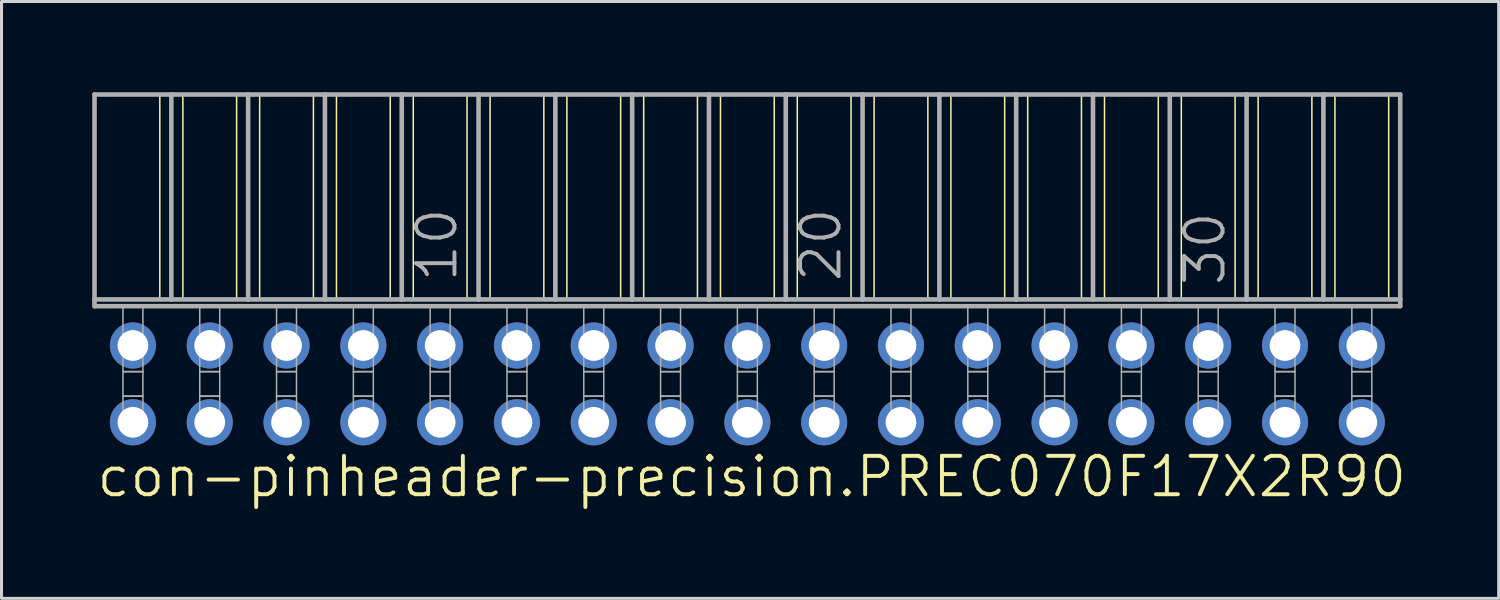
<source format=kicad_pcb>
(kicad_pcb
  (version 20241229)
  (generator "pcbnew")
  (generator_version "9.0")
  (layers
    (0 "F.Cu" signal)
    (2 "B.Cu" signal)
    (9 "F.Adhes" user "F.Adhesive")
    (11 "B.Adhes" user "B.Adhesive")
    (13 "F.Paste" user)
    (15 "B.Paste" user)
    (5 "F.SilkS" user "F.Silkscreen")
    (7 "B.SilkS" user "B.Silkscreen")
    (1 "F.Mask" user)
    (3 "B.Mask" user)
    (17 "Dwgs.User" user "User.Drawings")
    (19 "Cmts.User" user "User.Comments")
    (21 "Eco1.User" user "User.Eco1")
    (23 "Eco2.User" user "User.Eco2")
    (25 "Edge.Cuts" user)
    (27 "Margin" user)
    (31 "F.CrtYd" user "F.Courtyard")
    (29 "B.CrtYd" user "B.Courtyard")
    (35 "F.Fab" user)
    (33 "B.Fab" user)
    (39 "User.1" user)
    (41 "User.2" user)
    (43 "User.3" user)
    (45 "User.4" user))
  (footprint "con-pinheader-precision.PREC070F17X2R90"
    (layer "F.Cu")
    (at 21.666 9.646)
    (property "Reference" "con-pinheader-precision.PREC070F17X2R90" (at -21.59 3.81 0) (layer "F.SilkS") (effects (font (size 1.27 1.27) (thickness 0.13)) (justify left bottom)))
    (attr through_hole)
    (fp_line (start -19.431 -9.57) (end -19.431 -2.794) (stroke (width 0.051) (type default)) (layer "F.SilkS"))
    (fp_line (start -18.669 -9.57) (end -18.669 -2.794) (stroke (width 0.051) (type default)) (layer "F.SilkS"))
    (fp_line (start -16.891 -9.57) (end -16.891 -2.794) (stroke (width 0.051) (type default)) (layer "F.SilkS"))
    (fp_line (start -16.129 -9.57) (end -16.129 -2.794) (stroke (width 0.051) (type default)) (layer "F.SilkS"))
    (fp_line (start -14.351 -9.57) (end -14.351 -2.794) (stroke (width 0.051) (type default)) (layer "F.SilkS"))
    (fp_line (start -13.589 -9.57) (end -13.589 -2.794) (stroke (width 0.051) (type default)) (layer "F.SilkS"))
    (fp_line (start -11.811 -9.57) (end -11.811 -2.794) (stroke (width 0.051) (type default)) (layer "F.SilkS"))
    (fp_line (start -11.049 -9.57) (end -11.049 -2.794) (stroke (width 0.051) (type default)) (layer "F.SilkS"))
    (fp_line (start -9.271 -9.57) (end -9.271 -2.794) (stroke (width 0.051) (type default)) (layer "F.SilkS"))
    (fp_line (start -8.509 -9.57) (end -8.509 -2.794) (stroke (width 0.051) (type default)) (layer "F.SilkS"))
    (fp_line (start -6.731 -9.57) (end -6.731 -2.794) (stroke (width 0.051) (type default)) (layer "F.SilkS"))
    (fp_line (start -5.969 -9.57) (end -5.969 -2.794) (stroke (width 0.051) (type default)) (layer "F.SilkS"))
    (fp_line (start -4.191 -9.57) (end -4.191 -2.794) (stroke (width 0.051) (type default)) (layer "F.SilkS"))
    (fp_line (start -3.429 -9.57) (end -3.429 -2.794) (stroke (width 0.051) (type default)) (layer "F.SilkS"))
    (fp_line (start -1.651 -9.57) (end -1.651 -2.794) (stroke (width 0.051) (type default)) (layer "F.SilkS"))
    (fp_line (start -0.889 -9.57) (end -0.889 -2.794) (stroke (width 0.051) (type default)) (layer "F.SilkS"))
    (fp_line (start 0.889 -9.57) (end 0.889 -2.794) (stroke (width 0.051) (type default)) (layer "F.SilkS"))
    (fp_line (start 1.651 -9.57) (end 1.651 -2.794) (stroke (width 0.051) (type default)) (layer "F.SilkS"))
    (fp_line (start 3.429 -9.57) (end 3.429 -2.794) (stroke (width 0.051) (type default)) (layer "F.SilkS"))
    (fp_line (start 4.191 -9.57) (end 4.191 -2.794) (stroke (width 0.051) (type default)) (layer "F.SilkS"))
    (fp_line (start 5.969 -9.57) (end 5.969 -2.794) (stroke (width 0.051) (type default)) (layer "F.SilkS"))
    (fp_line (start 6.731 -9.57) (end 6.731 -2.794) (stroke (width 0.051) (type default)) (layer "F.SilkS"))
    (fp_line (start 8.509 -9.57) (end 8.509 -2.794) (stroke (width 0.051) (type default)) (layer "F.SilkS"))
    (fp_line (start 9.271 -9.57) (end 9.271 -2.794) (stroke (width 0.051) (type default)) (layer "F.SilkS"))
    (fp_line (start 11.049 -9.57) (end 11.049 -2.794) (stroke (width 0.051) (type default)) (layer "F.SilkS"))
    (fp_line (start 11.811 -9.57) (end 11.811 -2.794) (stroke (width 0.051) (type default)) (layer "F.SilkS"))
    (fp_line (start 13.589 -9.57) (end 13.589 -2.794) (stroke (width 0.051) (type default)) (layer "F.SilkS"))
    (fp_line (start 14.351 -9.57) (end 14.351 -2.794) (stroke (width 0.051) (type default)) (layer "F.SilkS"))
    (fp_line (start 16.129 -9.57) (end 16.129 -2.794) (stroke (width 0.051) (type default)) (layer "F.SilkS"))
    (fp_line (start 16.891 -9.57) (end 16.891 -2.794) (stroke (width 0.051) (type default)) (layer "F.SilkS"))
    (fp_line (start 18.669 -9.57) (end 18.669 -2.794) (stroke (width 0.051) (type default)) (layer "F.SilkS"))
    (fp_line (start 19.431 -9.57) (end 19.431 -2.794) (stroke (width 0.051) (type default)) (layer "F.SilkS"))
    (fp_line (start 21.209 -9.57) (end 21.209 -2.794) (stroke (width 0.051) (type default)) (layer "F.SilkS"))
    (fp_line (start -21.59 -9.57) (end -19.05 -9.57) (stroke (width 0.152) (type default)) (layer "F.Fab"))
    (fp_line (start -21.59 -2.794) (end -21.59 -9.57) (stroke (width 0.152) (type default)) (layer "F.Fab"))
    (fp_line (start -21.59 -2.57) (end -21.59 -2.794) (stroke (width 0.152) (type default)) (layer "F.Fab"))
    (fp_line (start -21.59 -2.57) (end 21.59 -2.57) (stroke (width 0.152) (type default)) (layer "F.Fab"))
    (fp_line (start -19.05 -9.57) (end -16.51 -9.57) (stroke (width 0.152) (type default)) (layer "F.Fab"))
    (fp_line (start -19.05 -2.794) (end -21.59 -2.794) (stroke (width 0.152) (type default)) (layer "F.Fab"))
    (fp_line (start -19.05 -2.794) (end -19.05 -9.57) (stroke (width 0.152) (type default)) (layer "F.Fab"))
    (fp_line (start -19.05 -2.794) (end -16.51 -2.794) (stroke (width 0.152) (type default)) (layer "F.Fab"))
    (fp_line (start -16.51 -9.57) (end -13.97 -9.57) (stroke (width 0.152) (type default)) (layer "F.Fab"))
    (fp_line (start -16.51 -2.794) (end -16.51 -9.57) (stroke (width 0.152) (type default)) (layer "F.Fab"))
    (fp_line (start -13.97 -9.57) (end -11.43 -9.57) (stroke (width 0.152) (type default)) (layer "F.Fab"))
    (fp_line (start -13.97 -2.794) (end -16.51 -2.794) (stroke (width 0.152) (type default)) (layer "F.Fab"))
    (fp_line (start -13.97 -2.794) (end -13.97 -9.57) (stroke (width 0.152) (type default)) (layer "F.Fab"))
    (fp_line (start -11.43 -9.57) (end -8.89 -9.57) (stroke (width 0.152) (type default)) (layer "F.Fab"))
    (fp_line (start -11.43 -2.794) (end -13.97 -2.794) (stroke (width 0.152) (type default)) (layer "F.Fab"))
    (fp_line (start -11.43 -2.794) (end -11.43 -9.57) (stroke (width 0.152) (type default)) (layer "F.Fab"))
    (fp_line (start -8.89 -9.57) (end -6.35 -9.57) (stroke (width 0.152) (type default)) (layer "F.Fab"))
    (fp_line (start -8.89 -2.794) (end -11.43 -2.794) (stroke (width 0.152) (type default)) (layer "F.Fab"))
    (fp_line (start -8.89 -2.794) (end -8.89 -9.57) (stroke (width 0.152) (type default)) (layer "F.Fab"))
    (fp_line (start -6.35 -9.57) (end -3.81 -9.57) (stroke (width 0.152) (type default)) (layer "F.Fab"))
    (fp_line (start -6.35 -2.794) (end -8.89 -2.794) (stroke (width 0.152) (type default)) (layer "F.Fab"))
    (fp_line (start -6.35 -2.794) (end -6.35 -9.57) (stroke (width 0.152) (type default)) (layer "F.Fab"))
    (fp_line (start -6.35 -2.794) (end -3.81 -2.794) (stroke (width 0.152) (type default)) (layer "F.Fab"))
    (fp_line (start -3.81 -9.57) (end -1.27 -9.57) (stroke (width 0.152) (type default)) (layer "F.Fab"))
    (fp_line (start -3.81 -2.794) (end -3.81 -9.57) (stroke (width 0.152) (type default)) (layer "F.Fab"))
    (fp_line (start -1.27 -9.57) (end 1.27 -9.57) (stroke (width 0.152) (type default)) (layer "F.Fab"))
    (fp_line (start -1.27 -2.794) (end -3.81 -2.794) (stroke (width 0.152) (type default)) (layer "F.Fab"))
    (fp_line (start -1.27 -2.794) (end -1.27 -9.57) (stroke (width 0.152) (type default)) (layer "F.Fab"))
    (fp_line (start 1.27 -9.57) (end 3.81 -9.57) (stroke (width 0.152) (type default)) (layer "F.Fab"))
    (fp_line (start 1.27 -2.794) (end -1.27 -2.794) (stroke (width 0.152) (type default)) (layer "F.Fab"))
    (fp_line (start 1.27 -2.794) (end 1.27 -9.57) (stroke (width 0.152) (type default)) (layer "F.Fab"))
    (fp_line (start 3.81 -9.57) (end 6.35 -9.57) (stroke (width 0.152) (type default)) (layer "F.Fab"))
    (fp_line (start 3.81 -2.794) (end 1.27 -2.794) (stroke (width 0.152) (type default)) (layer "F.Fab"))
    (fp_line (start 3.81 -2.794) (end 3.81 -9.57) (stroke (width 0.152) (type default)) (layer "F.Fab"))
    (fp_line (start 6.35 -9.57) (end 8.89 -9.57) (stroke (width 0.152) (type default)) (layer "F.Fab"))
    (fp_line (start 6.35 -2.794) (end 3.81 -2.794) (stroke (width 0.152) (type default)) (layer "F.Fab"))
    (fp_line (start 6.35 -2.794) (end 6.35 -9.57) (stroke (width 0.152) (type default)) (layer "F.Fab"))
    (fp_line (start 6.35 -2.794) (end 8.89 -2.794) (stroke (width 0.152) (type default)) (layer "F.Fab"))
    (fp_line (start 8.89 -9.57) (end 11.43 -9.57) (stroke (width 0.152) (type default)) (layer "F.Fab"))
    (fp_line (start 8.89 -2.794) (end 8.89 -9.57) (stroke (width 0.152) (type default)) (layer "F.Fab"))
    (fp_line (start 11.43 -9.57) (end 13.97 -9.57) (stroke (width 0.152) (type default)) (layer "F.Fab"))
    (fp_line (start 11.43 -2.794) (end 8.89 -2.794) (stroke (width 0.152) (type default)) (layer "F.Fab"))
    (fp_line (start 11.43 -2.794) (end 11.43 -9.57) (stroke (width 0.152) (type default)) (layer "F.Fab"))
    (fp_line (start 13.97 -9.57) (end 16.51 -9.57) (stroke (width 0.152) (type default)) (layer "F.Fab"))
    (fp_line (start 13.97 -2.794) (end 11.43 -2.794) (stroke (width 0.152) (type default)) (layer "F.Fab"))
    (fp_line (start 13.97 -2.794) (end 13.97 -9.57) (stroke (width 0.152) (type default)) (layer "F.Fab"))
    (fp_line (start 16.51 -9.57) (end 19.05 -9.57) (stroke (width 0.152) (type default)) (layer "F.Fab"))
    (fp_line (start 16.51 -2.794) (end 13.97 -2.794) (stroke (width 0.152) (type default)) (layer "F.Fab"))
    (fp_line (start 16.51 -2.794) (end 16.51 -9.57) (stroke (width 0.152) (type default)) (layer "F.Fab"))
    (fp_line (start 19.05 -9.57) (end 21.59 -9.57) (stroke (width 0.152) (type default)) (layer "F.Fab"))
    (fp_line (start 19.05 -2.794) (end 16.51 -2.794) (stroke (width 0.152) (type default)) (layer "F.Fab"))
    (fp_line (start 19.05 -2.794) (end 19.05 -9.57) (stroke (width 0.152) (type default)) (layer "F.Fab"))
    (fp_line (start 19.05 -2.794) (end 21.59 -2.794) (stroke (width 0.152) (type default)) (layer "F.Fab"))
    (fp_line (start 21.59 -2.794) (end 21.59 -9.57) (stroke (width 0.152) (type default)) (layer "F.Fab"))
    (fp_line (start 21.59 -2.57) (end 21.59 -2.794) (stroke (width 0.152) (type default)) (layer "F.Fab"))
    (fp_rect (start -20.65 -0.406) (end -19.99 -2.57) (stroke (width 0.05) (type default)) (fill no) (layer "F.Fab"))
    (fp_rect (start -20.65 0.406) (end -19.99 -0.406) (stroke (width 0.05) (type default)) (fill no) (layer "F.Fab"))
    (fp_rect (start -20.65 1.575) (end -19.99 0.406) (stroke (width 0.05) (type default)) (fill no) (layer "F.Fab"))
    (fp_rect (start -18.11 -0.406) (end -17.45 -2.57) (stroke (width 0.05) (type default)) (fill no) (layer "F.Fab"))
    (fp_rect (start -18.11 0.406) (end -17.45 -0.406) (stroke (width 0.05) (type default)) (fill no) (layer "F.Fab"))
    (fp_rect (start -18.11 1.575) (end -17.45 0.406) (stroke (width 0.05) (type default)) (fill no) (layer "F.Fab"))
    (fp_rect (start -15.57 -0.406) (end -14.91 -2.57) (stroke (width 0.05) (type default)) (fill no) (layer "F.Fab"))
    (fp_rect (start -15.57 0.406) (end -14.91 -0.406) (stroke (width 0.05) (type default)) (fill no) (layer "F.Fab"))
    (fp_rect (start -15.57 1.575) (end -14.91 0.406) (stroke (width 0.05) (type default)) (fill no) (layer "F.Fab"))
    (fp_rect (start -13.03 -0.406) (end -12.37 -2.57) (stroke (width 0.05) (type default)) (fill no) (layer "F.Fab"))
    (fp_rect (start -13.03 0.406) (end -12.37 -0.406) (stroke (width 0.05) (type default)) (fill no) (layer "F.Fab"))
    (fp_rect (start -13.03 1.575) (end -12.37 0.406) (stroke (width 0.05) (type default)) (fill no) (layer "F.Fab"))
    (fp_rect (start -10.49 -0.406) (end -9.83 -2.57) (stroke (width 0.05) (type default)) (fill no) (layer "F.Fab"))
    (fp_rect (start -10.49 0.406) (end -9.83 -0.406) (stroke (width 0.05) (type default)) (fill no) (layer "F.Fab"))
    (fp_rect (start -10.49 1.575) (end -9.83 0.406) (stroke (width 0.05) (type default)) (fill no) (layer "F.Fab"))
    (fp_rect (start -7.95 -0.406) (end -7.29 -2.57) (stroke (width 0.05) (type default)) (fill no) (layer "F.Fab"))
    (fp_rect (start -7.95 0.406) (end -7.29 -0.406) (stroke (width 0.05) (type default)) (fill no) (layer "F.Fab"))
    (fp_rect (start -7.95 1.575) (end -7.29 0.406) (stroke (width 0.05) (type default)) (fill no) (layer "F.Fab"))
    (fp_rect (start -5.41 -0.406) (end -4.75 -2.57) (stroke (width 0.05) (type default)) (fill no) (layer "F.Fab"))
    (fp_rect (start -5.41 0.406) (end -4.75 -0.406) (stroke (width 0.05) (type default)) (fill no) (layer "F.Fab"))
    (fp_rect (start -5.41 1.575) (end -4.75 0.406) (stroke (width 0.05) (type default)) (fill no) (layer "F.Fab"))
    (fp_rect (start -2.87 -0.406) (end -2.21 -2.57) (stroke (width 0.05) (type default)) (fill no) (layer "F.Fab"))
    (fp_rect (start -2.87 0.406) (end -2.21 -0.406) (stroke (width 0.05) (type default)) (fill no) (layer "F.Fab"))
    (fp_rect (start -2.87 1.575) (end -2.21 0.406) (stroke (width 0.05) (type default)) (fill no) (layer "F.Fab"))
    (fp_rect (start -0.33 -0.406) (end 0.33 -2.57) (stroke (width 0.05) (type default)) (fill no) (layer "F.Fab"))
    (fp_rect (start -0.33 0.406) (end 0.33 -0.406) (stroke (width 0.05) (type default)) (fill no) (layer "F.Fab"))
    (fp_rect (start -0.33 1.575) (end 0.33 0.406) (stroke (width 0.05) (type default)) (fill no) (layer "F.Fab"))
    (fp_rect (start 2.21 -0.406) (end 2.87 -2.57) (stroke (width 0.05) (type default)) (fill no) (layer "F.Fab"))
    (fp_rect (start 2.21 0.406) (end 2.87 -0.406) (stroke (width 0.05) (type default)) (fill no) (layer "F.Fab"))
    (fp_rect (start 2.21 1.575) (end 2.87 0.406) (stroke (width 0.05) (type default)) (fill no) (layer "F.Fab"))
    (fp_rect (start 4.75 -0.406) (end 5.41 -2.57) (stroke (width 0.05) (type default)) (fill no) (layer "F.Fab"))
    (fp_rect (start 4.75 0.406) (end 5.41 -0.406) (stroke (width 0.05) (type default)) (fill no) (layer "F.Fab"))
    (fp_rect (start 4.75 1.575) (end 5.41 0.406) (stroke (width 0.05) (type default)) (fill no) (layer "F.Fab"))
    (fp_rect (start 7.29 -0.406) (end 7.95 -2.57) (stroke (width 0.05) (type default)) (fill no) (layer "F.Fab"))
    (fp_rect (start 7.29 0.406) (end 7.95 -0.406) (stroke (width 0.05) (type default)) (fill no) (layer "F.Fab"))
    (fp_rect (start 7.29 1.575) (end 7.95 0.406) (stroke (width 0.05) (type default)) (fill no) (layer "F.Fab"))
    (fp_rect (start 9.83 -0.406) (end 10.49 -2.57) (stroke (width 0.05) (type default)) (fill no) (layer "F.Fab"))
    (fp_rect (start 9.83 0.406) (end 10.49 -0.406) (stroke (width 0.05) (type default)) (fill no) (layer "F.Fab"))
    (fp_rect (start 9.83 1.575) (end 10.49 0.406) (stroke (width 0.05) (type default)) (fill no) (layer "F.Fab"))
    (fp_rect (start 12.37 -0.406) (end 13.03 -2.57) (stroke (width 0.05) (type default)) (fill no) (layer "F.Fab"))
    (fp_rect (start 12.37 0.406) (end 13.03 -0.406) (stroke (width 0.05) (type default)) (fill no) (layer "F.Fab"))
    (fp_rect (start 12.37 1.575) (end 13.03 0.406) (stroke (width 0.05) (type default)) (fill no) (layer "F.Fab"))
    (fp_rect (start 14.91 -0.406) (end 15.57 -2.57) (stroke (width 0.05) (type default)) (fill no) (layer "F.Fab"))
    (fp_rect (start 14.91 0.406) (end 15.57 -0.406) (stroke (width 0.05) (type default)) (fill no) (layer "F.Fab"))
    (fp_rect (start 14.91 1.575) (end 15.57 0.406) (stroke (width 0.05) (type default)) (fill no) (layer "F.Fab"))
    (fp_rect (start 17.45 -0.406) (end 18.11 -2.57) (stroke (width 0.05) (type default)) (fill no) (layer "F.Fab"))
    (fp_rect (start 17.45 0.406) (end 18.11 -0.406) (stroke (width 0.05) (type default)) (fill no) (layer "F.Fab"))
    (fp_rect (start 17.45 1.575) (end 18.11 0.406) (stroke (width 0.05) (type default)) (fill no) (layer "F.Fab"))
    (fp_rect (start 19.99 -0.406) (end 20.65 -2.57) (stroke (width 0.05) (type default)) (fill no) (layer "F.Fab"))
    (fp_rect (start 19.99 0.406) (end 20.65 -0.406) (stroke (width 0.05) (type default)) (fill no) (layer "F.Fab"))
    (fp_rect (start 19.99 1.575) (end 20.65 0.406) (stroke (width 0.05) (type default)) (fill no) (layer "F.Fab"))
    (fp_text user "10" (at -9.525 -3.302 90) (layer "F.Fab") (effects (font (size 1.27 1.27) (thickness 0.13)) (justify left bottom)))
    (fp_text user "30" (at 15.875 -3.175 90) (layer "F.Fab") (effects (font (size 1.27 1.27) (thickness 0.13)) (justify left bottom)))
    (fp_text user "20" (at 3.175 -3.302 90) (layer "F.Fab") (effects (font (size 1.27 1.27) (thickness 0.13)) (justify left bottom)))
    (pad "1" thru_hole circle (at -20.32 -1.27 180) (size 1.524 1.524) (drill 1.016) (layers "*.Cu" "*.Mask"))
    (pad "2" thru_hole circle (at -20.32 1.27 180) (size 1.524 1.524) (drill 1.016) (layers "*.Cu" "*.Mask"))
    (pad "3" thru_hole circle (at -17.78 -1.27 180) (size 1.524 1.524) (drill 1.016) (layers "*.Cu" "*.Mask"))
    (pad "4" thru_hole circle (at -17.78 1.27 180) (size 1.524 1.524) (drill 1.016) (layers "*.Cu" "*.Mask"))
    (pad "5" thru_hole circle (at -15.24 -1.27 180) (size 1.524 1.524) (drill 1.016) (layers "*.Cu" "*.Mask"))
    (pad "6" thru_hole circle (at -15.24 1.27 180) (size 1.524 1.524) (drill 1.016) (layers "*.Cu" "*.Mask"))
    (pad "7" thru_hole circle (at -12.7 -1.27 180) (size 1.524 1.524) (drill 1.016) (layers "*.Cu" "*.Mask"))
    (pad "8" thru_hole circle (at -12.7 1.27 180) (size 1.524 1.524) (drill 1.016) (layers "*.Cu" "*.Mask"))
    (pad "9" thru_hole circle (at -10.16 -1.27 180) (size 1.524 1.524) (drill 1.016) (layers "*.Cu" "*.Mask"))
    (pad "10" thru_hole circle (at -10.16 1.27 180) (size 1.524 1.524) (drill 1.016) (layers "*.Cu" "*.Mask"))
    (pad "11" thru_hole circle (at -7.62 -1.27 180) (size 1.524 1.524) (drill 1.016) (layers "*.Cu" "*.Mask"))
    (pad "12" thru_hole circle (at -7.62 1.27 180) (size 1.524 1.524) (drill 1.016) (layers "*.Cu" "*.Mask"))
    (pad "13" thru_hole circle (at -5.08 -1.27 180) (size 1.524 1.524) (drill 1.016) (layers "*.Cu" "*.Mask"))
    (pad "14" thru_hole circle (at -5.08 1.27 180) (size 1.524 1.524) (drill 1.016) (layers "*.Cu" "*.Mask"))
    (pad "15" thru_hole circle (at -2.54 -1.27 180) (size 1.524 1.524) (drill 1.016) (layers "*.Cu" "*.Mask"))
    (pad "16" thru_hole circle (at -2.54 1.27 180) (size 1.524 1.524) (drill 1.016) (layers "*.Cu" "*.Mask"))
    (pad "17" thru_hole circle (at 0 -1.27 180) (size 1.524 1.524) (drill 1.016) (layers "*.Cu" "*.Mask"))
    (pad "18" thru_hole circle (at 0 1.27 180) (size 1.524 1.524) (drill 1.016) (layers "*.Cu" "*.Mask"))
    (pad "19" thru_hole circle (at 2.54 -1.27 180) (size 1.524 1.524) (drill 1.016) (layers "*.Cu" "*.Mask"))
    (pad "20" thru_hole circle (at 2.54 1.27 180) (size 1.524 1.524) (drill 1.016) (layers "*.Cu" "*.Mask"))
    (pad "21" thru_hole circle (at 5.08 -1.27 180) (size 1.524 1.524) (drill 1.016) (layers "*.Cu" "*.Mask"))
    (pad "22" thru_hole circle (at 5.08 1.27 180) (size 1.524 1.524) (drill 1.016) (layers "*.Cu" "*.Mask"))
    (pad "23" thru_hole circle (at 7.62 -1.27 180) (size 1.524 1.524) (drill 1.016) (layers "*.Cu" "*.Mask"))
    (pad "24" thru_hole circle (at 7.62 1.27 180) (size 1.524 1.524) (drill 1.016) (layers "*.Cu" "*.Mask"))
    (pad "25" thru_hole circle (at 10.16 -1.27 180) (size 1.524 1.524) (drill 1.016) (layers "*.Cu" "*.Mask"))
    (pad "26" thru_hole circle (at 10.16 1.27 180) (size 1.524 1.524) (drill 1.016) (layers "*.Cu" "*.Mask"))
    (pad "27" thru_hole circle (at 12.7 -1.27 180) (size 1.524 1.524) (drill 1.016) (layers "*.Cu" "*.Mask"))
    (pad "28" thru_hole circle (at 12.7 1.27 180) (size 1.524 1.524) (drill 1.016) (layers "*.Cu" "*.Mask"))
    (pad "29" thru_hole circle (at 15.24 -1.27 180) (size 1.524 1.524) (drill 1.016) (layers "*.Cu" "*.Mask"))
    (pad "30" thru_hole circle (at 15.24 1.27 180) (size 1.524 1.524) (drill 1.016) (layers "*.Cu" "*.Mask"))
    (pad "31" thru_hole circle (at 17.78 -1.27 180) (size 1.524 1.524) (drill 1.016) (layers "*.Cu" "*.Mask"))
    (pad "32" thru_hole circle (at 17.78 1.27 180) (size 1.524 1.524) (drill 1.016) (layers "*.Cu" "*.Mask"))
    (pad "33" thru_hole circle (at 20.32 -1.27 180) (size 1.524 1.524) (drill 1.016) (layers "*.Cu" "*.Mask"))
    (pad "34" thru_hole circle (at 20.32 1.27 180) (size 1.524 1.524) (drill 1.016) (layers "*.Cu" "*.Mask")))
  (gr_rect
    (start -3 -3)
    (end 46.513 16.738)
    (stroke (width 0.1) (type default))
    (fill no)
    (layer "Edge.Cuts")))
</source>
